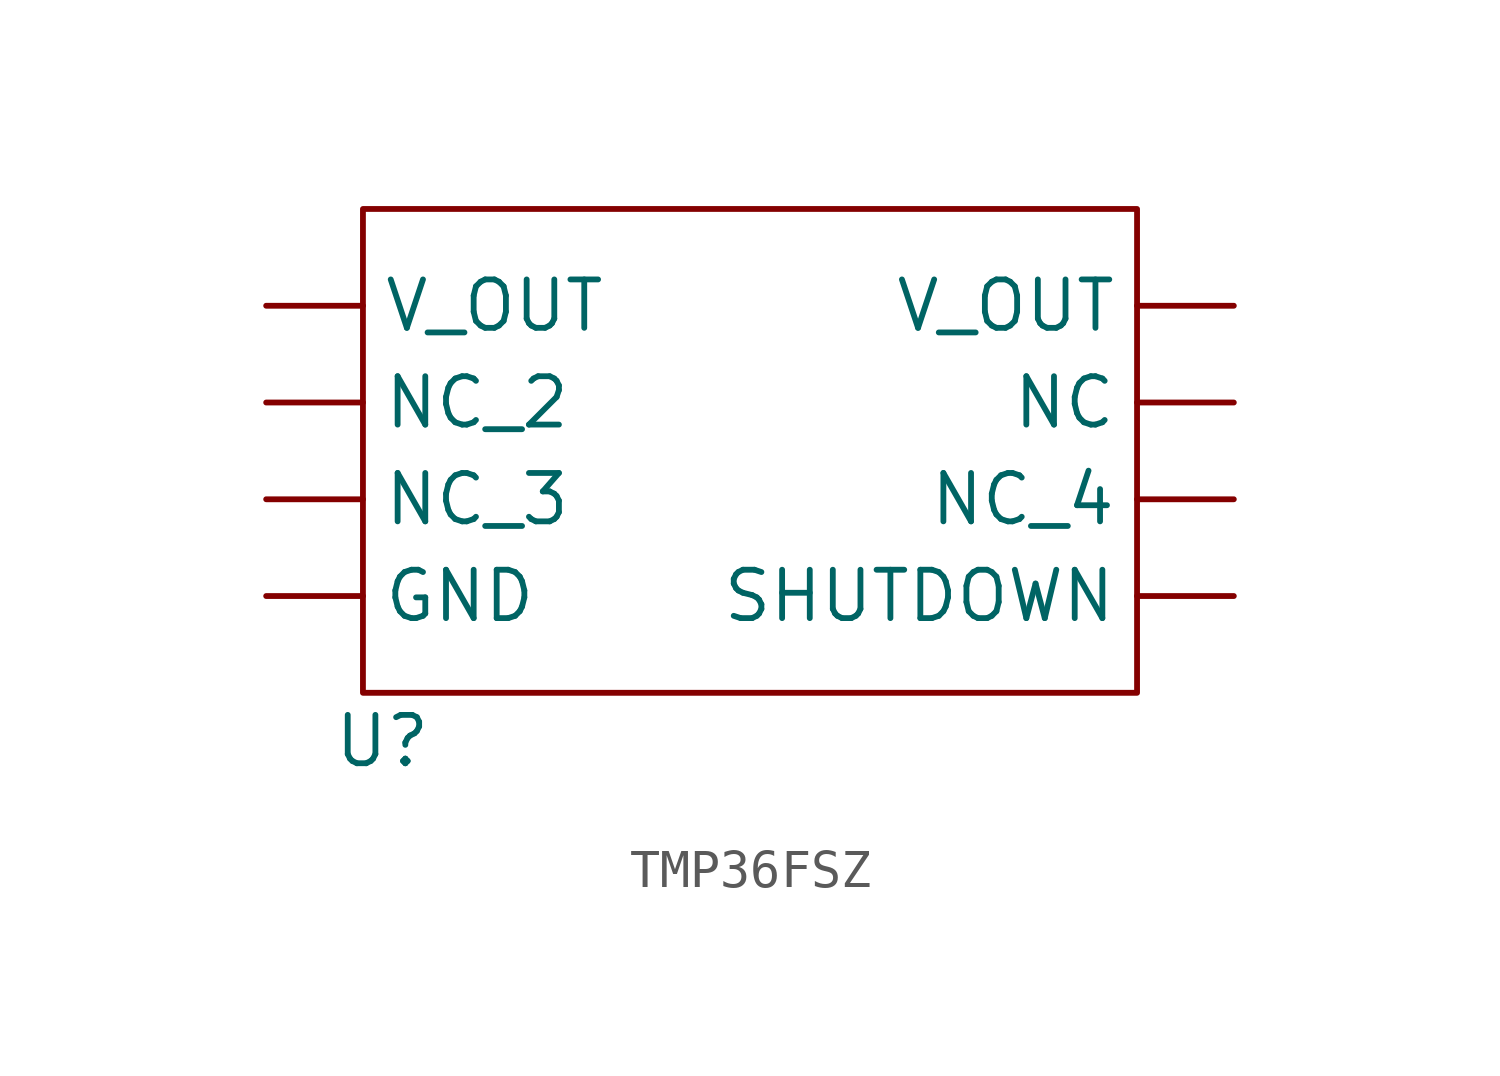
<source format=kicad_sym>
(kicad_symbol_lib
  (version 20231120)
  (generator "kicad_symbol_editor")
  (generator_version "8.0")
  (symbol "TMP36FSZ"
    (property "Reference" "U"
      (at -9.652 -7.62 0)
      (effects (font (size 1.27 1.27))))
    (property "Value" ""
      (at 0 1.27 0)
      (effects (font (size 1.27 1.27))))
    (symbol "TMP36FSZ_0_1"
      (rectangle (start -10.16 6.35) (end 10.16 -6.35) (stroke (width 0) (type default)) (fill (type none))))
    (symbol "TMP36FSZ_1_1"
      (pin passive line (at -12.7 -3.81 0) (length 2.54) (name "GND" (effects (font (size 1.27 1.27)))) (number "" (effects (font (size 1.27 1.27)))))
      (pin passive line (at 12.7 1.27 180) (length 2.54) (name "NC" (effects (font (size 1.27 1.27)))) (number "" (effects (font (size 1.27 1.27)))))
      (pin passive line (at -12.7 1.27 0) (length 2.54) (name "NC_2" (effects (font (size 1.27 1.27)))) (number "" (effects (font (size 1.27 1.27)))))
      (pin passive line (at -12.7 -1.27 0) (length 2.54) (name "NC_3" (effects (font (size 1.27 1.27)))) (number "" (effects (font (size 1.27 1.27)))))
      (pin passive line (at 12.7 -1.27 180) (length 2.54) (name "NC_4" (effects (font (size 1.27 1.27)))) (number "" (effects (font (size 1.27 1.27)))))
      (pin input line (at 12.7 -3.81 180) (length 2.54) (name "SHUTDOWN" (effects (font (size 1.27 1.27)))) (number "" (effects (font (size 1.27 1.27)))))
      (pin output line (at -12.7 3.81 0) (length 2.54) (name "V_OUT" (effects (font (size 1.27 1.27)))) (number "" (effects (font (size 1.27 1.27)))))
      (pin output line (at 12.7 3.81 180) (length 2.54) (name "V_OUT" (effects (font (size 1.27 1.27)))) (number "" (effects (font (size 1.27 1.27))))))))
</source>
